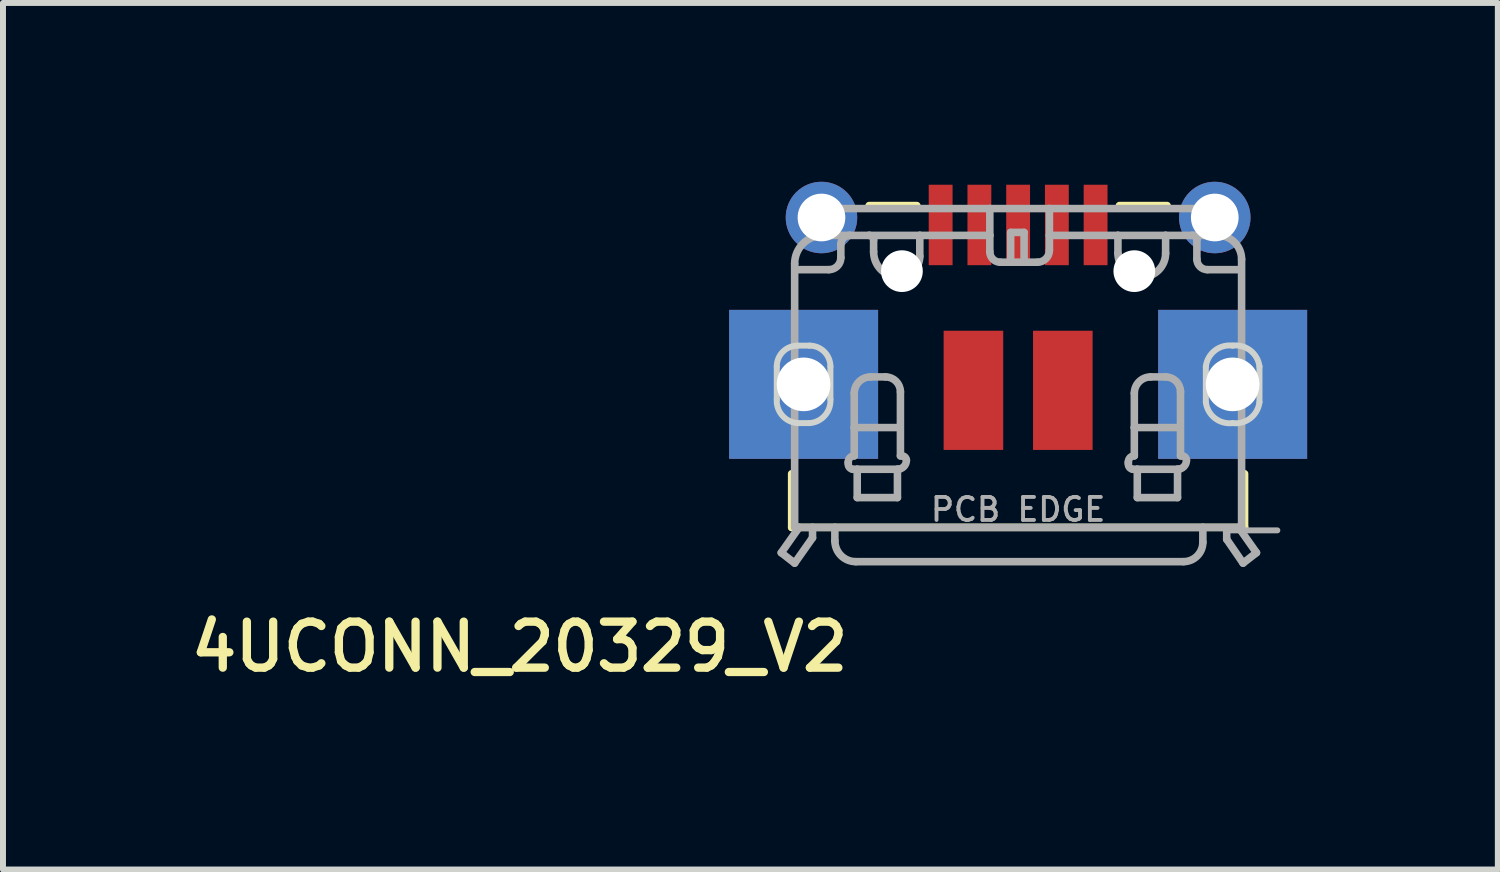
<source format=kicad_pcb>
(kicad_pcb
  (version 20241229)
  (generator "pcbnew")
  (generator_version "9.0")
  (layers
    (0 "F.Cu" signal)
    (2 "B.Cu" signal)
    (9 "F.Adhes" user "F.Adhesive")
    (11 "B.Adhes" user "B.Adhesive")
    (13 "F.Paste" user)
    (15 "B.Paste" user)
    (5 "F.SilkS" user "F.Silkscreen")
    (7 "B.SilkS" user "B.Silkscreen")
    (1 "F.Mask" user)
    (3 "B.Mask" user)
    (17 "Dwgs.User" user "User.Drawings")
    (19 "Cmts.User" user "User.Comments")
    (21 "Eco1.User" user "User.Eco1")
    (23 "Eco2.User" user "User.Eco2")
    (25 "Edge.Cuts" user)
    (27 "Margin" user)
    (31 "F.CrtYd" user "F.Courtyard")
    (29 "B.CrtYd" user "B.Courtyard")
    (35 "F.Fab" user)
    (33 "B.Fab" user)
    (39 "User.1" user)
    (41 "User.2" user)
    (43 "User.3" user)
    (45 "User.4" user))
  (footprint "4UCONN_20329_V2"
    (layer "F.Cu")
    (at 14.035 1.5)
    (property "Reference" "4UCONN_20329_V2" (at -2.778 5.852 180) (layer "F.SilkS") (effects (font (size 0.772 0.772) (thickness 0.139)) (justify right top)))
    (attr through_hole)
    (fp_poly (pts (xy -1.55 -0.05) (xy -1.05 -0.05) (xy -1.05 -1.5) (xy -1.55 -1.5)) (stroke (width 0) (type solid)) (fill yes) (layer "F.Mask"))
    (fp_poly (pts (xy -0.9 -0.05) (xy -0.4 -0.05) (xy -0.4 -1.5) (xy -0.9 -1.5)) (stroke (width 0) (type solid)) (fill yes) (layer "F.Mask"))
    (fp_poly (pts (xy -0.25 -0.05) (xy 0.25 -0.05) (xy 0.25 -1.5) (xy -0.25 -1.5)) (stroke (width 0) (type solid)) (fill yes) (layer "F.Mask"))
    (fp_poly (pts (xy 0.4 -0.05) (xy 0.9 -0.05) (xy 0.9 -1.5) (xy 0.4 -1.5)) (stroke (width 0) (type solid)) (fill yes) (layer "F.Mask"))
    (fp_poly (pts (xy 1.05 -0.05) (xy 1.55 -0.05) (xy 1.55 -1.5) (xy 1.05 -1.5)) (stroke (width 0) (type solid)) (fill yes) (layer "F.Mask"))
    (fp_line (start -3.8 3.4) (end -3.8 4.3) (stroke (width 0.127) (type solid)) (layer "F.SilkS"))
    (fp_line (start -3.8 4.3) (end 3.8 4.3) (stroke (width 0.127) (type solid)) (layer "F.SilkS"))
    (fp_line (start -2.5 -1.1) (end -1.7 -1.1) (stroke (width 0.127) (type solid)) (layer "F.SilkS"))
    (fp_line (start 1.7 -1.1) (end 2.5 -1.1) (stroke (width 0.127) (type solid)) (layer "F.SilkS"))
    (fp_line (start 3.8 4.3) (end 3.8 3.4) (stroke (width 0.127) (type solid)) (layer "F.SilkS"))
    (fp_poly (pts (xy -4.85 3.15) (xy -2.35 3.15) (xy -2.35 0.65) (xy -4.85 0.65)) (stroke (width 0) (type solid)) (fill yes) (layer "F.Paste"))
    (fp_poly (pts (xy 2.35 3.15) (xy 4.85 3.15) (xy 4.85 0.65) (xy 2.35 0.65)) (stroke (width 0) (type solid)) (fill yes) (layer "F.Paste"))
    (fp_poly (pts (xy -5.05 -0.9) (xy -5.014 -0.724) (xy -4.925 -0.567) (xy -4.793 -0.445) (xy -4.45 -0.35) (xy -3.35 -0.35) (xy -3.171 -0.37) (xy -3.007 -0.445) (xy -2.875 -0.567) (xy -2.786 -0.724) (xy -2.75 -0.9) (xy -2.786 -1.076) (xy -2.875 -1.233) (xy -3.007 -1.355) (xy -3.35 -1.45) (xy -4.45 -1.45) (xy -4.629 -1.43) (xy -4.793 -1.355) (xy -4.925 -1.233)) (stroke (width 0) (type solid)) (fill yes) (layer "F.Paste"))
    (fp_poly (pts (xy 2.75 -0.9) (xy 2.786 -0.724) (xy 2.875 -0.567) (xy 3.007 -0.445) (xy 3.35 -0.35) (xy 4.45 -0.35) (xy 4.629 -0.37) (xy 4.793 -0.445) (xy 4.925 -0.567) (xy 5.014 -0.724) (xy 5.05 -0.9) (xy 5.014 -1.076) (xy 4.925 -1.233) (xy 4.793 -1.355) (xy 4.45 -1.45) (xy 3.35 -1.45) (xy 3.171 -1.43) (xy 3.007 -1.355) (xy 2.875 -1.233)) (stroke (width 0) (type solid)) (fill yes) (layer "F.Paste"))
    (fp_line (start -4.05 2.15) (end -4.05 1.6) (stroke (width 0.1) (type solid)) (layer "Edge.Cuts"))
    (fp_line (start -3.7 1.25) (end -3.5 1.25) (stroke (width 0.1) (type solid)) (layer "Edge.Cuts"))
    (fp_line (start -3.5 2.55) (end -3.7 2.55) (stroke (width 0.1) (type solid)) (layer "Edge.Cuts"))
    (fp_line (start -3.15 1.6) (end -3.15 2.15) (stroke (width 0.1) (type solid)) (layer "Edge.Cuts"))
    (fp_line (start 3.15 2.2) (end 3.15 1.6) (stroke (width 0.1) (type solid)) (layer "Edge.Cuts"))
    (fp_line (start 4.05 1.6) (end 4.05 2.2) (stroke (width 0.1) (type solid)) (layer "Edge.Cuts"))
    (fp_arc (start -4.05 1.6) (mid -3.947487 1.352513) (end -3.7 1.25) (stroke (width 0.1) (type solid)) (layer "Edge.Cuts"))
    (fp_arc (start -3.7 2.55) (mid -3.957843 2.422487) (end -4.05 2.15) (stroke (width 0.1) (type solid)) (layer "Edge.Cuts"))
    (fp_arc (start -3.5 1.25) (mid -3.252513 1.352513) (end -3.15 1.6) (stroke (width 0.1) (type solid)) (layer "Edge.Cuts"))
    (fp_arc (start -3.15 2.15) (mid -3.242157 2.422487) (end -3.5 2.55) (stroke (width 0.1) (type solid)) (layer "Edge.Cuts"))
    (fp_arc (start 3.15 1.6) (mid 3.302513 1.331802) (end 3.6 1.25) (stroke (width 0.1) (type solid)) (layer "Edge.Cuts"))
    (fp_arc (start 3.6 1.25) (mid 3.897487 1.331802) (end 4.05 1.6) (stroke (width 0.1) (type solid)) (layer "Edge.Cuts"))
    (fp_arc (start 3.6 2.55) (mid 3.302513 2.468198) (end 3.15 2.2) (stroke (width 0.1) (type solid)) (layer "Edge.Cuts"))
    (fp_arc (start 4.05 2.2) (mid 3.897487 2.468198) (end 3.6 2.55) (stroke (width 0.1) (type solid)) (layer "Edge.Cuts"))
    (fp_line (start -3.975 4.725) (end -3.75 4.9) (stroke (width 0.127) (type solid)) (layer "F.Fab"))
    (fp_line (start -3.975 4.725) (end -3.675 4.3) (stroke (width 0.127) (type solid)) (layer "F.Fab"))
    (fp_line (start -3.75 -0.125) (end -3.75 4.3) (stroke (width 0.127) (type solid)) (layer "F.Fab"))
    (fp_line (start -3.75 4.3) (end -3.675 4.3) (stroke (width 0.127) (type solid)) (layer "F.Fab"))
    (fp_line (start -3.75 4.9) (end -3.45 4.475) (stroke (width 0.127) (type solid)) (layer "F.Fab"))
    (fp_line (start -3.725 -0.025) (end -3.175 -0.025) (stroke (width 0.127) (type solid)) (layer "F.Fab"))
    (fp_line (start -3.675 4.3) (end -3.45 4.3) (stroke (width 0.127) (type solid)) (layer "F.Fab"))
    (fp_line (start -3.575 -1.05) (end -0.475 -1.05) (stroke (width 0.127) (type solid)) (layer "F.Fab"))
    (fp_line (start -3.575 -0.75) (end -3.575 -1.05) (stroke (width 0.127) (type solid)) (layer "F.Fab"))
    (fp_line (start -3.45 4.3) (end -3.075 4.3) (stroke (width 0.127) (type solid)) (layer "F.Fab"))
    (fp_line (start -3.45 4.475) (end -3.45 4.3) (stroke (width 0.127) (type solid)) (layer "F.Fab"))
    (fp_line (start -3.425 -0.75) (end -3.575 -0.75) (stroke (width 0.127) (type solid)) (layer "F.Fab"))
    (fp_line (start -3.425 -0.625) (end -3.425 -0.75) (stroke (width 0.127) (type solid)) (layer "F.Fab"))
    (fp_line (start -3.075 4.3) (end -3.075 4.525) (stroke (width 0.127) (type solid)) (layer "F.Fab"))
    (fp_line (start -3.075 4.3) (end 3.1 4.3) (stroke (width 0.127) (type solid)) (layer "F.Fab"))
    (fp_line (start -2.975 -0.225) (end -2.975 -0.45) (stroke (width 0.127) (type solid)) (layer "F.Fab"))
    (fp_line (start -2.85 3.225) (end -2.85 3.2) (stroke (width 0.127) (type solid)) (layer "F.Fab"))
    (fp_line (start -2.825 -0.6) (end -3.275 -0.6) (stroke (width 0.127) (type solid)) (layer "F.Fab"))
    (fp_line (start -2.825 -0.6) (end -2.5 -0.6) (stroke (width 0.127) (type solid)) (layer "F.Fab"))
    (fp_line (start -2.75 2.625) (end -2.75 2.05) (stroke (width 0.127) (type solid)) (layer "F.Fab"))
    (fp_line (start -2.75 2.625) (end -2 2.625) (stroke (width 0.127) (type solid)) (layer "F.Fab"))
    (fp_line (start -2.75 3.1) (end -2.75 2.625) (stroke (width 0.127) (type solid)) (layer "F.Fab"))
    (fp_line (start -2.725 4.875) (end 2.775 4.875) (stroke (width 0.127) (type solid)) (layer "F.Fab"))
    (fp_line (start -2.7 3.325) (end -2.775 3.325) (stroke (width 0.127) (type solid)) (layer "F.Fab"))
    (fp_line (start -2.7 3.325) (end -2 3.325) (stroke (width 0.127) (type solid)) (layer "F.Fab"))
    (fp_line (start -2.7 3.8) (end -2.7 3.325) (stroke (width 0.127) (type solid)) (layer "F.Fab"))
    (fp_line (start -2.475 1.775) (end -2.225 1.775) (stroke (width 0.127) (type solid)) (layer "F.Fab"))
    (fp_line (start -2.425 -0.525) (end -2.425 -0.325) (stroke (width 0.127) (type solid)) (layer "F.Fab"))
    (fp_line (start -2.025 3.325) (end -2.025 3.8) (stroke (width 0.127) (type solid)) (layer "F.Fab"))
    (fp_line (start -2.025 3.8) (end -2.7 3.8) (stroke (width 0.127) (type solid)) (layer "F.Fab"))
    (fp_line (start -1.975 2.025) (end -1.975 3.1) (stroke (width 0.127) (type solid)) (layer "F.Fab"))
    (fp_line (start -1.975 3.1) (end -1.95 3.1) (stroke (width 0.127) (type solid)) (layer "F.Fab"))
    (fp_line (start -1.65 -0.6) (end -2.5 -0.6) (stroke (width 0.127) (type solid)) (layer "F.Fab"))
    (fp_line (start -1.65 -0.25) (end -1.65 -0.6) (stroke (width 0.127) (type solid)) (layer "F.Fab"))
    (fp_line (start -0.475 -1.05) (end 0.525 -1.05) (stroke (width 0.127) (type solid)) (layer "F.Fab"))
    (fp_line (start -0.475 -0.6) (end -1.65 -0.6) (stroke (width 0.127) (type solid)) (layer "F.Fab"))
    (fp_line (start -0.475 -0.6) (end -0.475 -1.05) (stroke (width 0.127) (type solid)) (layer "F.Fab"))
    (fp_line (start -0.475 -0.325) (end -0.475 -0.6) (stroke (width 0.127) (type solid)) (layer "F.Fab"))
    (fp_line (start -0.125 -0.65) (end 0.1 -0.65) (stroke (width 0.127) (type solid)) (layer "F.Fab"))
    (fp_line (start -0.125 -0.175) (end -0.125 -0.65) (stroke (width 0.127) (type solid)) (layer "F.Fab"))
    (fp_line (start 0.1 -0.65) (end 0.1 -0.175) (stroke (width 0.127) (type solid)) (layer "F.Fab"))
    (fp_line (start 0.325 -0.15) (end -0.3 -0.15) (stroke (width 0.127) (type solid)) (layer "F.Fab"))
    (fp_line (start 0.525 -1.05) (end 0.525 -0.6) (stroke (width 0.127) (type solid)) (layer "F.Fab"))
    (fp_line (start 0.525 -1.05) (end 3.6 -1.05) (stroke (width 0.127) (type solid)) (layer "F.Fab"))
    (fp_line (start 0.525 -0.6) (end 0.525 -0.35) (stroke (width 0.127) (type solid)) (layer "F.Fab"))
    (fp_line (start 1.675 -0.6) (end 0.525 -0.6) (stroke (width 0.127) (type solid)) (layer "F.Fab"))
    (fp_line (start 1.675 -0.6) (end 1.675 -0.3) (stroke (width 0.127) (type solid)) (layer "F.Fab"))
    (fp_line (start 1.85 3.225) (end 1.85 3.2) (stroke (width 0.127) (type solid)) (layer "F.Fab"))
    (fp_line (start 1.95 2.625) (end 1.95 2.05) (stroke (width 0.127) (type solid)) (layer "F.Fab"))
    (fp_line (start 1.95 2.625) (end 2.7 2.625) (stroke (width 0.127) (type solid)) (layer "F.Fab"))
    (fp_line (start 1.95 3.1) (end 1.95 2.625) (stroke (width 0.127) (type solid)) (layer "F.Fab"))
    (fp_line (start 2 3.325) (end 1.925 3.325) (stroke (width 0.127) (type solid)) (layer "F.Fab"))
    (fp_line (start 2 3.325) (end 2.7 3.325) (stroke (width 0.127) (type solid)) (layer "F.Fab"))
    (fp_line (start 2 3.8) (end 2 3.325) (stroke (width 0.127) (type solid)) (layer "F.Fab"))
    (fp_line (start 2.225 1.775) (end 2.475 1.775) (stroke (width 0.127) (type solid)) (layer "F.Fab"))
    (fp_line (start 2.475 -0.6) (end 1.675 -0.6) (stroke (width 0.127) (type solid)) (layer "F.Fab"))
    (fp_line (start 2.475 -0.6) (end 2.925 -0.6) (stroke (width 0.127) (type solid)) (layer "F.Fab"))
    (fp_line (start 2.475 -0.3) (end 2.475 -0.6) (stroke (width 0.127) (type solid)) (layer "F.Fab"))
    (fp_line (start 2.675 3.325) (end 2.675 3.8) (stroke (width 0.127) (type solid)) (layer "F.Fab"))
    (fp_line (start 2.675 3.8) (end 2 3.8) (stroke (width 0.127) (type solid)) (layer "F.Fab"))
    (fp_line (start 2.725 2.025) (end 2.725 3.1) (stroke (width 0.127) (type solid)) (layer "F.Fab"))
    (fp_line (start 2.725 3.1) (end 2.75 3.1) (stroke (width 0.127) (type solid)) (layer "F.Fab"))
    (fp_line (start 3 -0.525) (end 3 -0.2) (stroke (width 0.127) (type solid)) (layer "F.Fab"))
    (fp_line (start 3.1 4.3) (end 3.7 4.3) (stroke (width 0.127) (type solid)) (layer "F.Fab"))
    (fp_line (start 3.1 4.55) (end 3.1 4.3) (stroke (width 0.127) (type solid)) (layer "F.Fab"))
    (fp_line (start 3.175 -0.025) (end 3.725 -0.025) (stroke (width 0.127) (type solid)) (layer "F.Fab"))
    (fp_line (start 3.35 -0.775) (end 3.35 -0.6) (stroke (width 0.127) (type solid)) (layer "F.Fab"))
    (fp_line (start 3.35 -0.6) (end 2.925 -0.6) (stroke (width 0.127) (type solid)) (layer "F.Fab"))
    (fp_line (start 3.5 4.35) (end 4.35 4.35) (stroke (width 0.1) (type solid)) (layer "F.Fab"))
    (fp_line (start 3.5 4.5) (end 3.5 4.35) (stroke (width 0.127) (type solid)) (layer "F.Fab"))
    (fp_line (start 3.6 -1.05) (end 3.6 -0.775) (stroke (width 0.127) (type solid)) (layer "F.Fab"))
    (fp_line (start 3.6 -0.775) (end 3.35 -0.775) (stroke (width 0.127) (type solid)) (layer "F.Fab"))
    (fp_line (start 3.7 4.3) (end 3.75 4.3) (stroke (width 0.127) (type solid)) (layer "F.Fab"))
    (fp_line (start 3.7 4.3) (end 4 4.725) (stroke (width 0.127) (type solid)) (layer "F.Fab"))
    (fp_line (start 3.75 4.3) (end 3.75 -0.2) (stroke (width 0.127) (type solid)) (layer "F.Fab"))
    (fp_line (start 3.775 4.9) (end 3.5 4.5) (stroke (width 0.127) (type solid)) (layer "F.Fab"))
    (fp_line (start 4 4.725) (end 3.775 4.9) (stroke (width 0.127) (type solid)) (layer "F.Fab"))
    (fp_arc (start -3.750001 -0.124999) (mid -3.610876 -0.460875) (end -3.275 -0.6) (stroke (width 0.127) (type solid)) (layer "F.Fab"))
    (fp_arc (start -2.975 -0.45) (mid -2.931066 -0.556066) (end -2.825 -0.6) (stroke (width 0.127) (type solid)) (layer "F.Fab"))
    (fp_arc (start -2.975 -0.225) (mid -3.033579 -0.083579) (end -3.175 -0.025) (stroke (width 0.127) (type solid)) (layer "F.Fab"))
    (fp_arc (start -2.85 3.2) (mid -2.820711 3.129289) (end -2.75 3.1) (stroke (width 0.127) (type solid)) (layer "F.Fab"))
    (fp_arc (start -2.775 3.325) (mid -2.833211 3.290533) (end -2.85 3.225) (stroke (width 0.127) (type solid)) (layer "F.Fab"))
    (fp_arc (start -2.75 2.05) (mid -2.669454 1.855546) (end -2.475 1.775) (stroke (width 0.127) (type solid)) (layer "F.Fab"))
    (fp_arc (start -2.725 4.875) (mid -2.972487 4.772487) (end -3.075 4.525) (stroke (width 0.127) (type solid)) (layer "F.Fab"))
    (fp_arc (start -2.5 -0.6) (mid -2.446967 -0.578033) (end -2.425 -0.525) (stroke (width 0.127) (type solid)) (layer "F.Fab"))
    (fp_arc (start -2.225 1.775) (mid -2.048223 1.848223) (end -1.975 2.025) (stroke (width 0.127) (type solid)) (layer "F.Fab"))
    (fp_arc (start -2 0.1) (mid -2.30052 -0.02448) (end -2.425 -0.325) (stroke (width 0.127) (type solid)) (layer "F.Fab"))
    (fp_arc (start -1.95 3.1) (mid -1.896967 3.121967) (end -1.875 3.175) (stroke (width 0.127) (type solid)) (layer "F.Fab"))
    (fp_arc (start -1.875 3.175) (mid -1.918934 3.281066) (end -2.025 3.325) (stroke (width 0.127) (type solid)) (layer "F.Fab"))
    (fp_arc (start -1.65 -0.25) (mid -1.752513 -0.002513) (end -2 0.1) (stroke (width 0.127) (type solid)) (layer "F.Fab"))
    (fp_arc (start -0.3 -0.15) (mid -0.423744 -0.201256) (end -0.475 -0.325) (stroke (width 0.127) (type solid)) (layer "F.Fab"))
    (fp_arc (start 0.525 -0.35) (mid 0.466421 -0.208579) (end 0.325 -0.15) (stroke (width 0.127) (type solid)) (layer "F.Fab"))
    (fp_arc (start 1.85 3.2) (mid 1.879289 3.129289) (end 1.95 3.1) (stroke (width 0.127) (type solid)) (layer "F.Fab"))
    (fp_arc (start 1.925 3.325) (mid 1.866789 3.290533) (end 1.85 3.225) (stroke (width 0.127) (type solid)) (layer "F.Fab"))
    (fp_arc (start 1.95 2.05) (mid 2.030546 1.855546) (end 2.225 1.775) (stroke (width 0.127) (type solid)) (layer "F.Fab"))
    (fp_arc (start 2.075 0.1) (mid 1.792157 -0.017157) (end 1.675 -0.3) (stroke (width 0.127) (type solid)) (layer "F.Fab"))
    (fp_arc (start 2.475 -0.3) (mid 2.357843 -0.017157) (end 2.075 0.1) (stroke (width 0.127) (type solid)) (layer "F.Fab"))
    (fp_arc (start 2.475 1.775) (mid 2.651777 1.848223) (end 2.725 2.025) (stroke (width 0.127) (type solid)) (layer "F.Fab"))
    (fp_arc (start 2.75 3.1) (mid 2.803033 3.121967) (end 2.825 3.175) (stroke (width 0.127) (type solid)) (layer "F.Fab"))
    (fp_arc (start 2.825 3.175) (mid 2.781066 3.281066) (end 2.675 3.325) (stroke (width 0.127) (type solid)) (layer "F.Fab"))
    (fp_arc (start 2.925 -0.6) (mid 2.978033 -0.578033) (end 3 -0.525) (stroke (width 0.127) (type solid)) (layer "F.Fab"))
    (fp_arc (start 3.1 4.55) (mid 3.00481 4.77981) (end 2.775 4.875) (stroke (width 0.127) (type solid)) (layer "F.Fab"))
    (fp_arc (start 3.175 -0.025) (mid 3.051256 -0.076256) (end 3 -0.2) (stroke (width 0.127) (type solid)) (layer "F.Fab"))
    (fp_arc (start 3.349999 -0.599999) (mid 3.632842 -0.482842) (end 3.75 -0.2) (stroke (width 0.127) (type solid)) (layer "F.Fab"))
    (fp_text user "PCB EDGE" (at 0 4 0) (layer "F.Fab") (effects (font (size 0.386 0.386) (thickness 0.065))))
    (pad "" np_thru_hole circle (at -1.95 0) (size 0.7 0.7) (drill 0.7) (layers "*.Cu" "*.Mask"))
    (pad "" np_thru_hole circle (at 1.95 0) (size 0.7 0.7) (drill 0.7) (layers "*.Cu" "*.Mask"))
    (pad "BASE@1" smd rect (at -0.75 2 90) (size 2 1) (layers "F.Cu" "F.Mask" "F.Paste"))
    (pad "BASE@2" smd rect (at 0.75 2 90) (size 2 1) (layers "F.Cu" "F.Mask" "F.Paste"))
    (pad "D+" smd rect (at 0 -0.775) (size 0.4 1.35) (layers "F.Cu" "F.Mask" "F.Paste"))
    (pad "D-" smd rect (at -0.65 -0.775) (size 0.4 1.35) (layers "F.Cu" "F.Mask" "F.Paste"))
    (pad "GND" smd rect (at 1.3 -0.775) (size 0.4 1.35) (layers "F.Cu" "F.Mask" "F.Paste"))
    (pad "ID" smd rect (at 0.65 -0.775) (size 0.4 1.35) (layers "F.Cu" "F.Mask" "F.Paste"))
    (pad "SPRT@1" thru_hole circle (at -3.3 -0.9 180) (size 1.2 1.2) (drill 0.8) (layers "*.Cu" "*.Mask"))
    (pad "SPRT@2" thru_hole circle (at 3.3 -0.9) (size 1.2 1.2) (drill 0.8) (layers "*.Cu" "*.Mask"))
    (pad "SPRT@3" thru_hole rect (at -3.6 1.9 90) (size 2.5 2.5) (drill 0.9) (layers "*.Cu" "*.Mask"))
    (pad "SPRT@4" thru_hole rect (at 3.6 1.9 90) (size 2.5 2.5) (drill 0.9) (layers "*.Cu" "*.Mask"))
    (pad "VBUS" smd rect (at -1.3 -0.775) (size 0.4 1.35) (layers "F.Cu" "F.Mask" "F.Paste")))
  (gr_rect
    (start -3 -3)
    (end 22.085 11.541)
    (stroke (width 0.1) (type default))
    (fill no)
    (layer "Edge.Cuts")))
</source>
